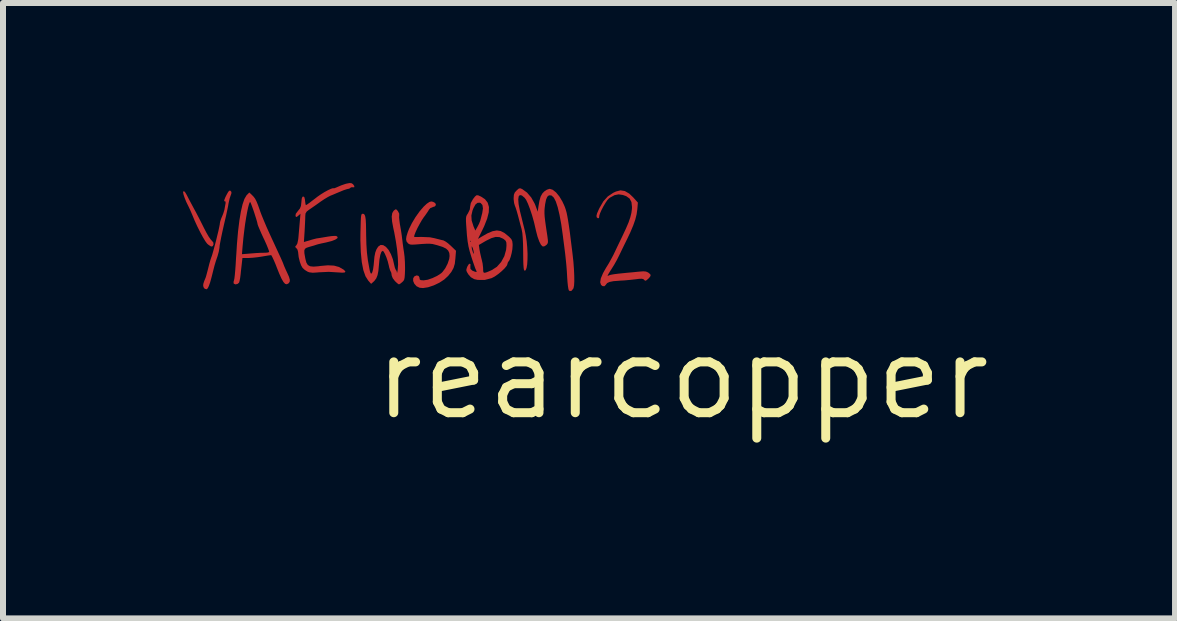
<source format=kicad_pcb>
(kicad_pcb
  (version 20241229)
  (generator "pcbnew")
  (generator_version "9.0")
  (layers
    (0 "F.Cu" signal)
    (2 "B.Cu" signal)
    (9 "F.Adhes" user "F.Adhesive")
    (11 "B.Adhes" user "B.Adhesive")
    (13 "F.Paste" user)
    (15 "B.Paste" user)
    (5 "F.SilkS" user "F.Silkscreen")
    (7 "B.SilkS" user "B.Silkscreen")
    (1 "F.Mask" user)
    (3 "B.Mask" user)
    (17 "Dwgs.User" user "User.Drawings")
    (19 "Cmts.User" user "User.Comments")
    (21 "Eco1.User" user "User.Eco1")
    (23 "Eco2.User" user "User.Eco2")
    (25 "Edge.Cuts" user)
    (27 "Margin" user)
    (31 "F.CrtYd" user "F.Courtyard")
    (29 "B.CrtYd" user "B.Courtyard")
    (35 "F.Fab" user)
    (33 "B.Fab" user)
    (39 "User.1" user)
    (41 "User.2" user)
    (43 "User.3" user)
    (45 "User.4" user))
  (footprint "rearcopper"
    (layer "F.Cu")
    (at 8.318 3.246)
    (property "Reference" "rearcopper" (at 0 0 0) (layer "F.SilkS") (effects (font (size 1.27 1.27) (thickness 0.15))))
    (attr board_only exclude_from_pos_files exclude_from_bom)
    (fp_poly (pts (xy -8.284 -3.093) (xy -8.261 -3.055) (xy -8.244 -3.023) (xy -8.22 -2.976) (xy -8.186 -2.912) (xy -8.148 -2.841) (xy -8.136 -2.819) (xy -8.097 -2.747) (xy -8.05 -2.657) (xy -8.002 -2.562) (xy -7.968 -2.494) (xy -7.929 -2.419) (xy -7.892 -2.355) (xy -7.86 -2.309) (xy -7.839 -2.286) (xy -7.839 -2.285) (xy -7.815 -2.259) (xy -7.81 -2.224) (xy -7.824 -2.196) (xy -7.841 -2.188) (xy -7.867 -2.197) (xy -7.903 -2.224) (xy -7.919 -2.239) (xy -7.949 -2.28) (xy -7.988 -2.345) (xy -8.033 -2.428) (xy -8.08 -2.522) (xy -8.125 -2.62) (xy -8.164 -2.714) (xy -8.192 -2.78) (xy -8.223 -2.847) (xy -8.233 -2.867) (xy -8.265 -2.933) (xy -8.291 -2.997) (xy -8.31 -3.053) (xy -8.318 -3.092) (xy -8.315 -3.107) (xy -8.3 -3.109)) (stroke (width 0) (type solid)) (fill yes) (layer "F.Cu"))
    (fp_poly (pts (xy -7.532 -3.119) (xy -7.526 -3.115) (xy -7.512 -3.097) (xy -7.514 -3.07) (xy -7.525 -3.04) (xy -7.543 -2.987) (xy -7.557 -2.924) (xy -7.56 -2.911) (xy -7.569 -2.857) (xy -7.584 -2.786) (xy -7.6 -2.71) (xy -7.602 -2.701) (xy -7.637 -2.552) (xy -7.664 -2.432) (xy -7.684 -2.337) (xy -7.698 -2.264) (xy -7.708 -2.209) (xy -7.712 -2.167) (xy -7.723 -2.104) (xy -7.742 -2.034) (xy -7.751 -2.007) (xy -7.772 -1.946) (xy -7.795 -1.869) (xy -7.814 -1.795) (xy -7.843 -1.679) (xy -7.867 -1.592) (xy -7.888 -1.532) (xy -7.906 -1.495) (xy -7.923 -1.478) (xy -7.928 -1.477) (xy -7.957 -1.485) (xy -7.974 -1.505) (xy -7.983 -1.532) (xy -7.981 -1.566) (xy -7.965 -1.616) (xy -7.943 -1.668) (xy -7.933 -1.7) (xy -7.918 -1.755) (xy -7.901 -1.82) (xy -7.899 -1.829) (xy -7.881 -1.9) (xy -7.862 -1.966) (xy -7.846 -2.014) (xy -7.845 -2.015) (xy -7.832 -2.054) (xy -7.814 -2.117) (xy -7.793 -2.195) (xy -7.77 -2.281) (xy -7.749 -2.369) (xy -7.729 -2.45) (xy -7.715 -2.517) (xy -7.706 -2.563) (xy -7.705 -2.577) (xy -7.698 -2.611) (xy -7.681 -2.661) (xy -7.67 -2.685) (xy -7.647 -2.743) (xy -7.63 -2.799) (xy -7.627 -2.815) (xy -7.618 -2.867) (xy -7.61 -2.908) (xy -7.61 -2.936) (xy -7.618 -2.942) (xy -7.633 -2.944) (xy -7.631 -2.965) (xy -7.614 -3.009) (xy -7.594 -3.049) (xy -7.567 -3.098) (xy -7.548 -3.119)) (stroke (width 0) (type solid)) (fill yes) (layer "F.Cu"))
    (fp_poly (pts (xy -4.152 -2.933) (xy -4.116 -2.911) (xy -4.105 -2.882) (xy -4.122 -2.858) (xy -4.153 -2.848) (xy -4.197 -2.83) (xy -4.219 -2.806) (xy -4.239 -2.773) (xy -4.272 -2.725) (xy -4.309 -2.675) (xy -4.341 -2.627) (xy -4.377 -2.564) (xy -4.413 -2.497) (xy -4.443 -2.433) (xy -4.463 -2.381) (xy -4.47 -2.352) (xy -4.455 -2.348) (xy -4.414 -2.347) (xy -4.358 -2.349) (xy -4.356 -2.349) (xy -4.207 -2.343) (xy -4.132 -2.328) (xy -4.068 -2.312) (xy -4.013 -2.298) (xy -3.981 -2.291) (xy -3.948 -2.274) (xy -3.902 -2.241) (xy -3.856 -2.2) (xy -3.771 -2.118) (xy -3.781 -1.992) (xy -3.791 -1.902) (xy -3.812 -1.832) (xy -3.847 -1.768) (xy -3.901 -1.7) (xy -3.967 -1.639) (xy -4.05 -1.585) (xy -4.143 -1.541) (xy -4.236 -1.51) (xy -4.32 -1.497) (xy -4.377 -1.502) (xy -4.428 -1.527) (xy -4.465 -1.568) (xy -4.485 -1.615) (xy -4.484 -1.661) (xy -4.463 -1.693) (xy -4.426 -1.708) (xy -4.394 -1.699) (xy -4.379 -1.67) (xy -4.379 -1.663) (xy -4.375 -1.64) (xy -4.358 -1.629) (xy -4.317 -1.626) (xy -4.306 -1.626) (xy -4.241 -1.636) (xy -4.163 -1.663) (xy -4.085 -1.7) (xy -4.019 -1.743) (xy -3.996 -1.765) (xy -3.949 -1.828) (xy -3.91 -1.905) (xy -3.884 -1.982) (xy -3.878 -2.032) (xy -3.883 -2.082) (xy -3.902 -2.122) (xy -3.938 -2.155) (xy -3.996 -2.183) (xy -4.081 -2.21) (xy -4.162 -2.231) (xy -4.203 -2.235) (xy -4.268 -2.235) (xy -4.343 -2.231) (xy -4.378 -2.228) (xy -4.454 -2.222) (xy -4.504 -2.22) (xy -4.536 -2.223) (xy -4.558 -2.233) (xy -4.572 -2.244) (xy -4.595 -2.273) (xy -4.603 -2.31) (xy -4.596 -2.36) (xy -4.574 -2.43) (xy -4.552 -2.485) (xy -4.505 -2.58) (xy -4.445 -2.68) (xy -4.378 -2.774) (xy -4.31 -2.853) (xy -4.259 -2.901) (xy -4.216 -2.931) (xy -4.183 -2.94)) (stroke (width 0) (type solid)) (fill yes) (layer "F.Cu"))
    (fp_poly (pts (xy -0.958 -3.113) (xy -0.884 -3.07) (xy -0.818 -3.007) (xy -0.741 -2.921) (xy -0.75 -2.811) (xy -0.762 -2.726) (xy -0.784 -2.638) (xy -0.818 -2.541) (xy -0.866 -2.427) (xy -0.921 -2.311) (xy -0.962 -2.228) (xy -1.002 -2.146) (xy -1.036 -2.075) (xy -1.057 -2.032) (xy -1.092 -1.963) (xy -1.134 -1.888) (xy -1.16 -1.846) (xy -1.204 -1.777) (xy -1.231 -1.733) (xy -1.244 -1.708) (xy -1.245 -1.7) (xy -1.235 -1.702) (xy -1.222 -1.709) (xy -1.192 -1.718) (xy -1.136 -1.728) (xy -1.064 -1.737) (xy -1.005 -1.743) (xy -0.916 -1.752) (xy -0.826 -1.76) (xy -0.749 -1.768) (xy -0.716 -1.771) (xy -0.65 -1.776) (xy -0.606 -1.772) (xy -0.571 -1.757) (xy -0.568 -1.755) (xy -0.534 -1.727) (xy -0.529 -1.701) (xy -0.552 -1.668) (xy -0.571 -1.649) (xy -0.603 -1.623) (xy -0.621 -1.619) (xy -0.636 -1.633) (xy -0.651 -1.646) (xy -0.676 -1.652) (xy -0.718 -1.651) (xy -0.781 -1.643) (xy -0.862 -1.634) (xy -0.957 -1.625) (xy -1.046 -1.62) (xy -1.052 -1.619) (xy -1.146 -1.612) (xy -1.212 -1.599) (xy -1.253 -1.58) (xy -1.275 -1.552) (xy -1.276 -1.55) (xy -1.299 -1.527) (xy -1.331 -1.53) (xy -1.355 -1.55) (xy -1.369 -1.594) (xy -1.358 -1.659) (xy -1.321 -1.747) (xy -1.271 -1.835) (xy -1.226 -1.908) (xy -1.184 -1.984) (xy -1.149 -2.049) (xy -1.141 -2.066) (xy -1.116 -2.118) (xy -1.082 -2.19) (xy -1.041 -2.275) (xy -1 -2.36) (xy -0.999 -2.362) (xy -0.94 -2.488) (xy -0.896 -2.591) (xy -0.867 -2.676) (xy -0.849 -2.749) (xy -0.84 -2.817) (xy -0.839 -2.848) (xy -0.848 -2.929) (xy -0.879 -2.988) (xy -0.935 -3.028) (xy -0.992 -3.048) (xy -1.062 -3.058) (xy -1.129 -3.045) (xy -1.203 -3.005) (xy -1.222 -2.991) (xy -1.249 -2.963) (xy -1.282 -2.914) (xy -1.317 -2.855) (xy -1.349 -2.793) (xy -1.373 -2.738) (xy -1.385 -2.698) (xy -1.385 -2.687) (xy -1.389 -2.663) (xy -1.408 -2.66) (xy -1.427 -2.676) (xy -1.431 -2.7) (xy -1.421 -2.741) (xy -1.394 -2.803) (xy -1.379 -2.834) (xy -1.316 -2.942) (xy -1.242 -3.024) (xy -1.15 -3.085) (xy -1.107 -3.105) (xy -1.031 -3.125)) (stroke (width 0) (type solid)) (fill yes) (layer "F.Cu"))
    (fp_poly (pts (xy -7.17 -3.047) (xy -7.141 -3.017) (xy -7.117 -2.984) (xy -7.094 -2.939) (xy -7.069 -2.878) (xy -7.039 -2.793) (xy -7.031 -2.769) (xy -7.007 -2.706) (xy -6.972 -2.621) (xy -6.929 -2.519) (xy -6.88 -2.41) (xy -6.829 -2.299) (xy -6.819 -2.278) (xy -6.772 -2.176) (xy -6.729 -2.083) (xy -6.692 -2.003) (xy -6.665 -1.942) (xy -6.649 -1.904) (xy -6.647 -1.897) (xy -6.632 -1.859) (xy -6.608 -1.804) (xy -6.585 -1.755) (xy -6.553 -1.684) (xy -6.539 -1.634) (xy -6.542 -1.6) (xy -6.562 -1.574) (xy -6.563 -1.574) (xy -6.59 -1.56) (xy -6.618 -1.567) (xy -6.646 -1.598) (xy -6.679 -1.655) (xy -6.717 -1.74) (xy -6.749 -1.82) (xy -6.777 -1.892) (xy -6.805 -1.958) (xy -6.83 -2.011) (xy -6.847 -2.042) (xy -6.849 -2.044) (xy -6.866 -2.044) (xy -6.908 -2.038) (xy -6.968 -2.028) (xy -6.995 -2.023) (xy -7.076 -2.011) (xy -7.158 -2.002) (xy -7.226 -1.998) (xy -7.233 -1.998) (xy -7.329 -1.998) (xy -7.338 -1.918) (xy -7.345 -1.855) (xy -7.354 -1.779) (xy -7.359 -1.727) (xy -7.367 -1.665) (xy -7.377 -1.614) (xy -7.385 -1.587) (xy -7.412 -1.565) (xy -7.446 -1.558) (xy -7.474 -1.571) (xy -7.475 -1.574) (xy -7.477 -1.6) (xy -7.469 -1.629) (xy -7.463 -1.657) (xy -7.456 -1.714) (xy -7.449 -1.792) (xy -7.442 -1.887) (xy -7.436 -1.992) (xy -7.435 -2.007) (xy -7.431 -2.061) (xy -7.337 -2.061) (xy -7.178 -2.074) (xy -7.1 -2.08) (xy -7.027 -2.084) (xy -6.971 -2.085) (xy -6.956 -2.085) (xy -6.913 -2.088) (xy -6.886 -2.096) (xy -6.884 -2.098) (xy -6.888 -2.118) (xy -6.904 -2.162) (xy -6.93 -2.225) (xy -6.964 -2.301) (xy -6.977 -2.327) (xy -7.014 -2.407) (xy -7.044 -2.477) (xy -7.067 -2.531) (xy -7.077 -2.562) (xy -7.078 -2.567) (xy -7.083 -2.592) (xy -7.097 -2.641) (xy -7.117 -2.704) (xy -7.139 -2.773) (xy -7.162 -2.838) (xy -7.182 -2.892) (xy -7.196 -2.926) (xy -7.197 -2.928) (xy -7.207 -2.927) (xy -7.219 -2.897) (xy -7.234 -2.842) (xy -7.25 -2.766) (xy -7.267 -2.673) (xy -7.284 -2.567) (xy -7.299 -2.452) (xy -7.313 -2.334) (xy -7.324 -2.216) (xy -7.327 -2.186) (xy -7.337 -2.061) (xy -7.431 -2.061) (xy -7.42 -2.237) (xy -7.402 -2.443) (xy -7.38 -2.621) (xy -7.355 -2.771) (xy -7.327 -2.892) (xy -7.296 -2.982) (xy -7.262 -3.04) (xy -7.256 -3.047) (xy -7.215 -3.089)) (stroke (width 0) (type solid)) (fill yes) (layer "F.Cu"))
    (fp_poly (pts (xy -4.763 -2.806) (xy -4.739 -2.779) (xy -4.717 -2.737) (xy -4.717 -2.707) (xy -4.719 -2.676) (xy -4.714 -2.622) (xy -4.705 -2.555) (xy -4.701 -2.535) (xy -4.687 -2.455) (xy -4.675 -2.374) (xy -4.667 -2.308) (xy -4.666 -2.303) (xy -4.658 -2.235) (xy -4.647 -2.154) (xy -4.637 -2.091) (xy -4.628 -2.019) (xy -4.622 -1.929) (xy -4.62 -1.836) (xy -4.62 -1.803) (xy -4.623 -1.725) (xy -4.627 -1.673) (xy -4.634 -1.639) (xy -4.646 -1.617) (xy -4.666 -1.597) (xy -4.667 -1.596) (xy -4.699 -1.57) (xy -4.721 -1.558) (xy -4.722 -1.558) (xy -4.74 -1.569) (xy -4.772 -1.597) (xy -4.789 -1.614) (xy -4.825 -1.661) (xy -4.842 -1.704) (xy -4.843 -1.712) (xy -4.849 -1.751) (xy -4.858 -1.77) (xy -4.87 -1.795) (xy -4.884 -1.841) (xy -4.892 -1.878) (xy -4.909 -1.945) (xy -4.931 -2.01) (xy -4.955 -2.065) (xy -4.976 -2.104) (xy -4.992 -2.117) (xy -5.014 -2.1) (xy -5.032 -2.05) (xy -5.047 -1.968) (xy -5.055 -1.88) (xy -5.064 -1.783) (xy -5.078 -1.712) (xy -5.099 -1.659) (xy -5.13 -1.617) (xy -5.148 -1.6) (xy -5.185 -1.567) (xy -5.233 -1.621) (xy -5.279 -1.693) (xy -5.315 -1.796) (xy -5.341 -1.93) (xy -5.357 -2.095) (xy -5.364 -2.292) (xy -5.363 -2.416) (xy -5.36 -2.527) (xy -5.358 -2.609) (xy -5.355 -2.666) (xy -5.351 -2.703) (xy -5.345 -2.724) (xy -5.336 -2.733) (xy -5.325 -2.735) (xy -5.325 -2.735) (xy -5.306 -2.731) (xy -5.292 -2.715) (xy -5.282 -2.685) (xy -5.275 -2.635) (xy -5.271 -2.563) (xy -5.269 -2.463) (xy -5.268 -2.379) (xy -5.264 -2.225) (xy -5.255 -2.09) (xy -5.239 -1.96) (xy -5.214 -1.821) (xy -5.206 -1.781) (xy -5.193 -1.743) (xy -5.179 -1.737) (xy -5.166 -1.759) (xy -5.153 -1.806) (xy -5.143 -1.877) (xy -5.139 -1.922) (xy -5.13 -2.018) (xy -5.116 -2.089) (xy -5.096 -2.142) (xy -5.068 -2.186) (xy -5.065 -2.189) (xy -5.027 -2.215) (xy -4.984 -2.212) (xy -4.938 -2.183) (xy -4.894 -2.132) (xy -4.855 -2.061) (xy -4.822 -1.975) (xy -4.801 -1.884) (xy -4.79 -1.838) (xy -4.778 -1.807) (xy -4.774 -1.802) (xy -4.76 -1.78) (xy -4.756 -1.756) (xy -4.753 -1.749) (xy -4.747 -1.772) (xy -4.742 -1.803) (xy -4.736 -1.89) (xy -4.74 -2.002) (xy -4.752 -2.133) (xy -4.773 -2.276) (xy -4.8 -2.425) (xy -4.816 -2.498) (xy -4.836 -2.606) (xy -4.842 -2.688) (xy -4.833 -2.746) (xy -4.81 -2.785) (xy -4.807 -2.787) (xy -4.781 -2.808)) (stroke (width 0) (type solid)) (fill yes) (layer "F.Cu"))
    (fp_poly (pts (xy -2.675 -3.149) (xy -2.665 -3.144) (xy -2.587 -3.087) (xy -2.517 -3.005) (xy -2.462 -2.907) (xy -2.45 -2.879) (xy -2.409 -2.769) (xy -2.398 -2.853) (xy -2.381 -2.951) (xy -2.361 -3.021) (xy -2.333 -3.072) (xy -2.301 -3.106) (xy -2.258 -3.135) (xy -2.216 -3.149) (xy -2.209 -3.15) (xy -2.159 -3.134) (xy -2.104 -3.09) (xy -2.049 -3.023) (xy -1.997 -2.936) (xy -1.992 -2.924) (xy -1.973 -2.884) (xy -1.956 -2.844) (xy -1.942 -2.802) (xy -1.928 -2.752) (xy -1.916 -2.693) (xy -1.903 -2.619) (xy -1.889 -2.528) (xy -1.873 -2.415) (xy -1.856 -2.277) (xy -1.835 -2.11) (xy -1.829 -2.06) (xy -1.815 -1.934) (xy -1.806 -1.813) (xy -1.801 -1.703) (xy -1.8 -1.611) (xy -1.804 -1.54) (xy -1.813 -1.496) (xy -1.815 -1.491) (xy -1.845 -1.452) (xy -1.874 -1.446) (xy -1.892 -1.46) (xy -1.899 -1.485) (xy -1.907 -1.536) (xy -1.914 -1.605) (xy -1.919 -1.679) (xy -1.923 -1.753) (xy -1.928 -1.823) (xy -1.934 -1.895) (xy -1.942 -1.973) (xy -1.952 -2.066) (xy -1.966 -2.177) (xy -1.984 -2.314) (xy -1.991 -2.371) (xy -2.018 -2.562) (xy -2.047 -2.719) (xy -2.077 -2.845) (xy -2.108 -2.939) (xy -2.141 -3.003) (xy -2.176 -3.036) (xy -2.185 -3.04) (xy -2.222 -3.042) (xy -2.25 -3.019) (xy -2.271 -2.969) (xy -2.287 -2.889) (xy -2.288 -2.877) (xy -2.294 -2.83) (xy -2.297 -2.787) (xy -2.297 -2.74) (xy -2.294 -2.686) (xy -2.286 -2.618) (xy -2.274 -2.529) (xy -2.257 -2.416) (xy -2.249 -2.365) (xy -2.241 -2.302) (xy -2.239 -2.263) (xy -2.246 -2.238) (xy -2.262 -2.217) (xy -2.266 -2.214) (xy -2.302 -2.191) (xy -2.327 -2.19) (xy -2.355 -2.217) (xy -2.384 -2.273) (xy -2.413 -2.354) (xy -2.44 -2.458) (xy -2.445 -2.481) (xy -2.472 -2.597) (xy -2.504 -2.71) (xy -2.538 -2.813) (xy -2.572 -2.901) (xy -2.603 -2.967) (xy -2.628 -3.001) (xy -2.673 -3.039) (xy -2.707 -3.046) (xy -2.727 -3.024) (xy -2.734 -2.973) (xy -2.728 -2.895) (xy -2.708 -2.79) (xy -2.703 -2.769) (xy -2.68 -2.677) (xy -2.656 -2.579) (xy -2.634 -2.491) (xy -2.627 -2.464) (xy -2.608 -2.372) (xy -2.593 -2.272) (xy -2.584 -2.169) (xy -2.579 -2.068) (xy -2.58 -1.974) (xy -2.585 -1.894) (xy -2.595 -1.833) (xy -2.61 -1.795) (xy -2.625 -1.786) (xy -2.634 -1.791) (xy -2.641 -1.809) (xy -2.645 -1.843) (xy -2.649 -1.899) (xy -2.651 -1.979) (xy -2.652 -2.09) (xy -2.652 -2.091) (xy -2.654 -2.226) (xy -2.659 -2.332) (xy -2.666 -2.413) (xy -2.677 -2.473) (xy -2.681 -2.489) (xy -2.699 -2.554) (xy -2.72 -2.635) (xy -2.74 -2.711) (xy -2.759 -2.778) (xy -2.777 -2.835) (xy -2.791 -2.872) (xy -2.792 -2.875) (xy -2.803 -2.913) (xy -2.81 -2.968) (xy -2.811 -2.993) (xy -2.807 -3.05) (xy -2.792 -3.089) (xy -2.762 -3.122) (xy -2.729 -3.152) (xy -2.704 -3.16)) (stroke (width 0) (type solid)) (fill yes) (layer "F.Cu"))
    (fp_poly (pts (xy -5.516 -3.245) (xy -5.492 -3.231) (xy -5.486 -3.226) (xy -5.465 -3.197) (xy -5.466 -3.177) (xy -5.488 -3.175) (xy -5.494 -3.177) (xy -5.521 -3.175) (xy -5.528 -3.168) (xy -5.553 -3.151) (xy -5.566 -3.15) (xy -5.594 -3.143) (xy -5.643 -3.127) (xy -5.696 -3.105) (xy -5.761 -3.078) (xy -5.824 -3.051) (xy -5.862 -3.036) (xy -5.905 -3.014) (xy -5.965 -2.978) (xy -6.028 -2.936) (xy -6.04 -2.927) (xy -6.103 -2.882) (xy -6.165 -2.839) (xy -6.213 -2.806) (xy -6.219 -2.802) (xy -6.259 -2.771) (xy -6.278 -2.74) (xy -6.282 -2.696) (xy -6.282 -2.695) (xy -6.283 -2.651) (xy -6.286 -2.583) (xy -6.29 -2.503) (xy -6.293 -2.447) (xy -6.305 -2.264) (xy -6.264 -2.276) (xy -6.184 -2.3) (xy -6.129 -2.315) (xy -6.092 -2.324) (xy -6.071 -2.327) (xy -6.038 -2.332) (xy -5.983 -2.341) (xy -5.918 -2.352) (xy -5.913 -2.353) (xy -5.85 -2.362) (xy -5.797 -2.366) (xy -5.767 -2.365) (xy -5.765 -2.364) (xy -5.742 -2.347) (xy -5.749 -2.326) (xy -5.784 -2.303) (xy -5.844 -2.28) (xy -5.926 -2.259) (xy -5.952 -2.253) (xy -6.015 -2.24) (xy -6.069 -2.227) (xy -6.096 -2.219) (xy -6.138 -2.205) (xy -6.195 -2.189) (xy -6.219 -2.182) (xy -6.261 -2.168) (xy -6.287 -2.151) (xy -6.298 -2.123) (xy -6.297 -2.078) (xy -6.285 -2.009) (xy -6.279 -1.978) (xy -6.263 -1.919) (xy -6.239 -1.881) (xy -6.202 -1.86) (xy -6.146 -1.854) (xy -6.064 -1.86) (xy -6.031 -1.865) (xy -5.906 -1.876) (xy -5.804 -1.871) (xy -5.72 -1.848) (xy -5.647 -1.806) (xy -5.635 -1.797) (xy -5.613 -1.772) (xy -5.624 -1.757) (xy -5.665 -1.753) (xy -5.711 -1.756) (xy -5.891 -1.767) (xy -6.062 -1.759) (xy -6.079 -1.757) (xy -6.158 -1.752) (xy -6.214 -1.759) (xy -6.24 -1.768) (xy -6.289 -1.798) (xy -6.326 -1.831) (xy -6.351 -1.874) (xy -6.374 -1.938) (xy -6.392 -2.012) (xy -6.4 -2.081) (xy -6.401 -2.095) (xy -6.412 -2.137) (xy -6.43 -2.161) (xy -6.45 -2.181) (xy -6.443 -2.198) (xy -6.433 -2.206) (xy -6.414 -2.24) (xy -6.4 -2.307) (xy -6.396 -2.345) (xy -6.389 -2.425) (xy -6.381 -2.518) (xy -6.374 -2.599) (xy -6.362 -2.735) (xy -6.398 -2.703) (xy -6.424 -2.682) (xy -6.438 -2.684) (xy -6.445 -2.7) (xy -6.44 -2.735) (xy -6.404 -2.782) (xy -6.404 -2.782) (xy -6.371 -2.823) (xy -6.354 -2.865) (xy -6.347 -2.926) (xy -6.347 -2.929) (xy -6.341 -2.987) (xy -6.33 -3.016) (xy -6.316 -3.023) (xy -6.297 -3.01) (xy -6.287 -2.968) (xy -6.286 -2.951) (xy -6.28 -2.907) (xy -6.274 -2.881) (xy -6.271 -2.879) (xy -6.253 -2.888) (xy -6.221 -2.911) (xy -6.217 -2.913) (xy -6.18 -2.942) (xy -6.128 -2.981) (xy -6.079 -3.019) (xy -6.023 -3.058) (xy -5.962 -3.096) (xy -5.903 -3.128) (xy -5.853 -3.151) (xy -5.82 -3.161) (xy -5.812 -3.159) (xy -5.793 -3.161) (xy -5.757 -3.176) (xy -5.741 -3.183) (xy -5.683 -3.208) (xy -5.616 -3.231) (xy -5.598 -3.236) (xy -5.548 -3.246)) (stroke (width 0) (type solid)) (fill yes) (layer "F.Cu"))
    (fp_poly (pts (xy -3.402 -3.042) (xy -3.362 -3.024) (xy -3.356 -3.022) (xy -3.287 -2.976) (xy -3.243 -2.919) (xy -3.222 -2.847) (xy -3.225 -2.76) (xy -3.252 -2.653) (xy -3.302 -2.526) (xy -3.339 -2.449) (xy -3.405 -2.316) (xy -3.349 -2.35) (xy -3.246 -2.409) (xy -3.162 -2.444) (xy -3.091 -2.457) (xy -3.026 -2.447) (xy -2.963 -2.414) (xy -2.894 -2.358) (xy -2.883 -2.348) (xy -2.85 -2.313) (xy -2.834 -2.279) (xy -2.828 -2.231) (xy -2.828 -2.205) (xy -2.832 -2.145) (xy -2.844 -2.078) (xy -2.861 -2.014) (xy -2.879 -1.964) (xy -2.897 -1.938) (xy -2.898 -1.938) (xy -2.911 -1.915) (xy -2.913 -1.899) (xy -2.926 -1.868) (xy -2.961 -1.825) (xy -3.011 -1.777) (xy -3.069 -1.729) (xy -3.128 -1.688) (xy -3.178 -1.662) (xy -3.293 -1.632) (xy -3.411 -1.633) (xy -3.467 -1.645) (xy -3.523 -1.677) (xy -3.566 -1.726) (xy -3.591 -1.768) (xy -3.6 -1.797) (xy -3.592 -1.829) (xy -3.583 -1.854) (xy -3.561 -1.891) (xy -3.54 -1.904) (xy -3.529 -1.892) (xy -3.532 -1.856) (xy -3.53 -1.816) (xy -3.499 -1.787) (xy -3.457 -1.77) (xy -3.43 -1.764) (xy -3.428 -1.776) (xy -3.436 -1.793) (xy -3.449 -1.822) (xy -3.468 -1.876) (xy -3.492 -1.946) (xy -3.516 -2.019) (xy -3.544 -2.112) (xy -3.562 -2.186) (xy -3.51 -2.186) (xy -3.507 -2.156) (xy -3.502 -2.136) (xy -3.488 -2.089) (xy -3.478 -2.068) (xy -3.474 -2.075) (xy -3.478 -2.112) (xy -3.48 -2.121) (xy -3.492 -2.163) (xy -3.505 -2.19) (xy -3.506 -2.191) (xy -3.51 -2.186) (xy -3.562 -2.186) (xy -3.564 -2.194) (xy -3.567 -2.215) (xy -3.39 -2.215) (xy -3.379 -2.136) (xy -3.366 -2.069) (xy -3.349 -1.996) (xy -3.343 -1.974) (xy -3.328 -1.907) (xy -3.32 -1.838) (xy -3.319 -1.816) (xy -3.318 -1.778) (xy -3.311 -1.756) (xy -3.293 -1.751) (xy -3.257 -1.761) (xy -3.198 -1.786) (xy -3.174 -1.797) (xy -3.09 -1.851) (xy -3.019 -1.931) (xy -2.966 -2.028) (xy -2.936 -2.135) (xy -2.93 -2.204) (xy -2.932 -2.255) (xy -2.945 -2.286) (xy -2.974 -2.311) (xy -2.99 -2.321) (xy -3.048 -2.346) (xy -3.111 -2.349) (xy -3.183 -2.328) (xy -3.272 -2.284) (xy -3.282 -2.278) (xy -3.39 -2.215) (xy -3.567 -2.215) (xy -3.578 -2.278) (xy -3.539 -2.278) (xy -3.531 -2.269) (xy -3.522 -2.278) (xy -3.531 -2.286) (xy -3.539 -2.278) (xy -3.578 -2.278) (xy -3.578 -2.279) (xy -3.589 -2.378) (xy -3.594 -2.449) (xy -3.601 -2.543) (xy -3.605 -2.61) (xy -3.605 -2.656) (xy -3.601 -2.687) (xy -3.594 -2.705) (xy -3.515 -2.705) (xy -3.51 -2.622) (xy -3.48 -2.527) (xy -3.477 -2.519) (xy -3.449 -2.455) (xy -3.412 -2.52) (xy -3.386 -2.571) (xy -3.368 -2.616) (xy -3.365 -2.626) (xy -3.354 -2.668) (xy -3.34 -2.724) (xy -3.334 -2.745) (xy -3.322 -2.824) (xy -3.331 -2.881) (xy -3.361 -2.914) (xy -3.374 -2.919) (xy -3.412 -2.917) (xy -3.447 -2.889) (xy -3.479 -2.831) (xy -3.496 -2.789) (xy -3.515 -2.705) (xy -3.594 -2.705) (xy -3.593 -2.709) (xy -3.58 -2.73) (xy -3.573 -2.74) (xy -3.541 -2.806) (xy -3.536 -2.851) (xy -3.524 -2.914) (xy -3.488 -2.979) (xy -3.454 -3.023) (xy -3.429 -3.043)) (stroke (width 0) (type solid)) (fill yes) (layer "F.Cu"))
    (fp_poly (pts (xy -8.284 -3.093) (xy -8.261 -3.055) (xy -8.244 -3.023) (xy -8.22 -2.976) (xy -8.186 -2.912) (xy -8.148 -2.841) (xy -8.136 -2.819) (xy -8.097 -2.747) (xy -8.05 -2.657) (xy -8.002 -2.562) (xy -7.968 -2.494) (xy -7.929 -2.419) (xy -7.892 -2.355) (xy -7.86 -2.309) (xy -7.839 -2.286) (xy -7.839 -2.285) (xy -7.815 -2.259) (xy -7.81 -2.224) (xy -7.824 -2.196) (xy -7.841 -2.188) (xy -7.867 -2.197) (xy -7.903 -2.224) (xy -7.919 -2.239) (xy -7.949 -2.28) (xy -7.988 -2.345) (xy -8.033 -2.428) (xy -8.08 -2.522) (xy -8.125 -2.62) (xy -8.164 -2.714) (xy -8.192 -2.78) (xy -8.223 -2.847) (xy -8.233 -2.867) (xy -8.265 -2.933) (xy -8.291 -2.997) (xy -8.31 -3.053) (xy -8.318 -3.092) (xy -8.315 -3.107) (xy -8.3 -3.109)) (stroke (width 0) (type solid)) (fill yes) (layer "F.Mask"))
    (fp_poly (pts (xy -7.532 -3.119) (xy -7.526 -3.115) (xy -7.512 -3.097) (xy -7.514 -3.07) (xy -7.525 -3.04) (xy -7.543 -2.987) (xy -7.557 -2.924) (xy -7.56 -2.911) (xy -7.569 -2.857) (xy -7.584 -2.786) (xy -7.6 -2.71) (xy -7.602 -2.701) (xy -7.637 -2.552) (xy -7.664 -2.432) (xy -7.684 -2.337) (xy -7.698 -2.264) (xy -7.708 -2.209) (xy -7.712 -2.167) (xy -7.723 -2.104) (xy -7.742 -2.034) (xy -7.751 -2.007) (xy -7.772 -1.946) (xy -7.795 -1.869) (xy -7.814 -1.795) (xy -7.843 -1.679) (xy -7.867 -1.592) (xy -7.888 -1.532) (xy -7.906 -1.495) (xy -7.923 -1.478) (xy -7.928 -1.477) (xy -7.957 -1.485) (xy -7.974 -1.505) (xy -7.983 -1.532) (xy -7.981 -1.566) (xy -7.965 -1.616) (xy -7.943 -1.668) (xy -7.933 -1.7) (xy -7.918 -1.755) (xy -7.901 -1.82) (xy -7.899 -1.829) (xy -7.881 -1.9) (xy -7.862 -1.966) (xy -7.846 -2.014) (xy -7.845 -2.015) (xy -7.832 -2.054) (xy -7.814 -2.117) (xy -7.793 -2.195) (xy -7.77 -2.281) (xy -7.749 -2.369) (xy -7.729 -2.45) (xy -7.715 -2.517) (xy -7.706 -2.563) (xy -7.705 -2.577) (xy -7.698 -2.611) (xy -7.681 -2.661) (xy -7.67 -2.685) (xy -7.647 -2.743) (xy -7.63 -2.799) (xy -7.627 -2.815) (xy -7.618 -2.867) (xy -7.61 -2.908) (xy -7.61 -2.936) (xy -7.618 -2.942) (xy -7.633 -2.944) (xy -7.631 -2.965) (xy -7.614 -3.009) (xy -7.594 -3.049) (xy -7.567 -3.098) (xy -7.548 -3.119)) (stroke (width 0) (type solid)) (fill yes) (layer "F.Mask"))
    (fp_poly (pts (xy -4.152 -2.933) (xy -4.116 -2.911) (xy -4.105 -2.882) (xy -4.122 -2.858) (xy -4.153 -2.848) (xy -4.197 -2.83) (xy -4.219 -2.806) (xy -4.239 -2.773) (xy -4.272 -2.725) (xy -4.309 -2.675) (xy -4.341 -2.627) (xy -4.377 -2.564) (xy -4.413 -2.497) (xy -4.443 -2.433) (xy -4.463 -2.381) (xy -4.47 -2.352) (xy -4.455 -2.348) (xy -4.414 -2.347) (xy -4.358 -2.349) (xy -4.356 -2.349) (xy -4.207 -2.343) (xy -4.132 -2.328) (xy -4.068 -2.312) (xy -4.013 -2.298) (xy -3.981 -2.291) (xy -3.948 -2.274) (xy -3.902 -2.241) (xy -3.856 -2.2) (xy -3.771 -2.118) (xy -3.781 -1.992) (xy -3.791 -1.902) (xy -3.812 -1.832) (xy -3.847 -1.768) (xy -3.901 -1.7) (xy -3.967 -1.639) (xy -4.05 -1.585) (xy -4.143 -1.541) (xy -4.236 -1.51) (xy -4.32 -1.497) (xy -4.377 -1.502) (xy -4.428 -1.527) (xy -4.465 -1.568) (xy -4.485 -1.615) (xy -4.484 -1.661) (xy -4.463 -1.693) (xy -4.426 -1.708) (xy -4.394 -1.699) (xy -4.379 -1.67) (xy -4.379 -1.663) (xy -4.375 -1.64) (xy -4.358 -1.629) (xy -4.317 -1.626) (xy -4.306 -1.626) (xy -4.241 -1.636) (xy -4.163 -1.663) (xy -4.085 -1.7) (xy -4.019 -1.743) (xy -3.996 -1.765) (xy -3.949 -1.828) (xy -3.91 -1.905) (xy -3.884 -1.982) (xy -3.878 -2.032) (xy -3.883 -2.082) (xy -3.902 -2.122) (xy -3.938 -2.155) (xy -3.996 -2.183) (xy -4.081 -2.21) (xy -4.162 -2.231) (xy -4.203 -2.235) (xy -4.268 -2.235) (xy -4.343 -2.231) (xy -4.378 -2.228) (xy -4.454 -2.222) (xy -4.504 -2.22) (xy -4.536 -2.223) (xy -4.558 -2.233) (xy -4.572 -2.244) (xy -4.595 -2.273) (xy -4.603 -2.31) (xy -4.596 -2.36) (xy -4.574 -2.43) (xy -4.552 -2.485) (xy -4.505 -2.58) (xy -4.445 -2.68) (xy -4.378 -2.774) (xy -4.31 -2.853) (xy -4.259 -2.901) (xy -4.216 -2.931) (xy -4.183 -2.94)) (stroke (width 0) (type solid)) (fill yes) (layer "F.Mask"))
    (fp_poly (pts (xy -0.958 -3.113) (xy -0.884 -3.07) (xy -0.818 -3.007) (xy -0.741 -2.921) (xy -0.75 -2.811) (xy -0.762 -2.726) (xy -0.784 -2.638) (xy -0.818 -2.541) (xy -0.866 -2.427) (xy -0.921 -2.311) (xy -0.962 -2.228) (xy -1.002 -2.146) (xy -1.036 -2.075) (xy -1.057 -2.032) (xy -1.092 -1.963) (xy -1.134 -1.888) (xy -1.16 -1.846) (xy -1.204 -1.777) (xy -1.231 -1.733) (xy -1.244 -1.708) (xy -1.245 -1.7) (xy -1.235 -1.702) (xy -1.222 -1.709) (xy -1.192 -1.718) (xy -1.136 -1.728) (xy -1.064 -1.737) (xy -1.005 -1.743) (xy -0.916 -1.752) (xy -0.826 -1.76) (xy -0.749 -1.768) (xy -0.716 -1.771) (xy -0.65 -1.776) (xy -0.606 -1.772) (xy -0.571 -1.757) (xy -0.568 -1.755) (xy -0.534 -1.727) (xy -0.529 -1.701) (xy -0.552 -1.668) (xy -0.571 -1.649) (xy -0.603 -1.623) (xy -0.621 -1.619) (xy -0.636 -1.633) (xy -0.651 -1.646) (xy -0.676 -1.652) (xy -0.718 -1.651) (xy -0.781 -1.643) (xy -0.862 -1.634) (xy -0.957 -1.625) (xy -1.046 -1.62) (xy -1.052 -1.619) (xy -1.146 -1.612) (xy -1.212 -1.599) (xy -1.253 -1.58) (xy -1.275 -1.552) (xy -1.276 -1.55) (xy -1.299 -1.527) (xy -1.331 -1.53) (xy -1.355 -1.55) (xy -1.369 -1.594) (xy -1.358 -1.659) (xy -1.321 -1.747) (xy -1.271 -1.835) (xy -1.226 -1.908) (xy -1.184 -1.984) (xy -1.149 -2.049) (xy -1.141 -2.066) (xy -1.116 -2.118) (xy -1.082 -2.19) (xy -1.041 -2.275) (xy -1 -2.36) (xy -0.999 -2.362) (xy -0.94 -2.488) (xy -0.896 -2.591) (xy -0.867 -2.676) (xy -0.849 -2.749) (xy -0.84 -2.817) (xy -0.839 -2.848) (xy -0.848 -2.929) (xy -0.879 -2.988) (xy -0.935 -3.028) (xy -0.992 -3.048) (xy -1.062 -3.058) (xy -1.129 -3.045) (xy -1.203 -3.005) (xy -1.222 -2.991) (xy -1.249 -2.963) (xy -1.282 -2.914) (xy -1.317 -2.855) (xy -1.349 -2.793) (xy -1.373 -2.738) (xy -1.385 -2.698) (xy -1.385 -2.687) (xy -1.389 -2.663) (xy -1.408 -2.66) (xy -1.427 -2.676) (xy -1.431 -2.7) (xy -1.421 -2.741) (xy -1.394 -2.803) (xy -1.379 -2.834) (xy -1.316 -2.942) (xy -1.242 -3.024) (xy -1.15 -3.085) (xy -1.107 -3.105) (xy -1.031 -3.125)) (stroke (width 0) (type solid)) (fill yes) (layer "F.Mask"))
    (fp_poly (pts (xy -7.17 -3.047) (xy -7.141 -3.017) (xy -7.117 -2.984) (xy -7.094 -2.939) (xy -7.069 -2.878) (xy -7.039 -2.793) (xy -7.031 -2.769) (xy -7.007 -2.706) (xy -6.972 -2.621) (xy -6.929 -2.519) (xy -6.88 -2.41) (xy -6.829 -2.299) (xy -6.819 -2.278) (xy -6.772 -2.176) (xy -6.729 -2.083) (xy -6.692 -2.003) (xy -6.665 -1.942) (xy -6.649 -1.904) (xy -6.647 -1.897) (xy -6.632 -1.859) (xy -6.608 -1.804) (xy -6.585 -1.755) (xy -6.553 -1.684) (xy -6.539 -1.634) (xy -6.542 -1.6) (xy -6.562 -1.574) (xy -6.563 -1.574) (xy -6.59 -1.56) (xy -6.618 -1.567) (xy -6.646 -1.598) (xy -6.679 -1.655) (xy -6.717 -1.74) (xy -6.749 -1.82) (xy -6.777 -1.892) (xy -6.805 -1.958) (xy -6.83 -2.011) (xy -6.847 -2.042) (xy -6.849 -2.044) (xy -6.866 -2.044) (xy -6.908 -2.038) (xy -6.968 -2.028) (xy -6.995 -2.023) (xy -7.076 -2.011) (xy -7.158 -2.002) (xy -7.226 -1.998) (xy -7.233 -1.998) (xy -7.329 -1.998) (xy -7.338 -1.918) (xy -7.345 -1.855) (xy -7.354 -1.779) (xy -7.359 -1.727) (xy -7.367 -1.665) (xy -7.377 -1.614) (xy -7.385 -1.587) (xy -7.412 -1.565) (xy -7.446 -1.558) (xy -7.474 -1.571) (xy -7.475 -1.574) (xy -7.477 -1.6) (xy -7.469 -1.629) (xy -7.463 -1.657) (xy -7.456 -1.714) (xy -7.449 -1.792) (xy -7.442 -1.887) (xy -7.436 -1.992) (xy -7.435 -2.007) (xy -7.431 -2.061) (xy -7.337 -2.061) (xy -7.178 -2.074) (xy -7.1 -2.08) (xy -7.027 -2.084) (xy -6.971 -2.085) (xy -6.956 -2.085) (xy -6.913 -2.088) (xy -6.886 -2.096) (xy -6.884 -2.098) (xy -6.888 -2.118) (xy -6.904 -2.162) (xy -6.93 -2.225) (xy -6.964 -2.301) (xy -6.977 -2.327) (xy -7.014 -2.407) (xy -7.044 -2.477) (xy -7.067 -2.531) (xy -7.077 -2.562) (xy -7.078 -2.567) (xy -7.083 -2.592) (xy -7.097 -2.641) (xy -7.117 -2.704) (xy -7.139 -2.773) (xy -7.162 -2.838) (xy -7.182 -2.892) (xy -7.196 -2.926) (xy -7.197 -2.928) (xy -7.207 -2.927) (xy -7.219 -2.897) (xy -7.234 -2.842) (xy -7.25 -2.766) (xy -7.267 -2.673) (xy -7.284 -2.567) (xy -7.299 -2.452) (xy -7.313 -2.334) (xy -7.324 -2.216) (xy -7.327 -2.186) (xy -7.337 -2.061) (xy -7.431 -2.061) (xy -7.42 -2.237) (xy -7.402 -2.443) (xy -7.38 -2.621) (xy -7.355 -2.771) (xy -7.327 -2.892) (xy -7.296 -2.982) (xy -7.262 -3.04) (xy -7.256 -3.047) (xy -7.215 -3.089)) (stroke (width 0) (type solid)) (fill yes) (layer "F.Mask"))
    (fp_poly (pts (xy -4.763 -2.806) (xy -4.739 -2.779) (xy -4.717 -2.737) (xy -4.717 -2.707) (xy -4.719 -2.676) (xy -4.714 -2.622) (xy -4.705 -2.555) (xy -4.701 -2.535) (xy -4.687 -2.455) (xy -4.675 -2.374) (xy -4.667 -2.308) (xy -4.666 -2.303) (xy -4.658 -2.235) (xy -4.647 -2.154) (xy -4.637 -2.091) (xy -4.628 -2.019) (xy -4.622 -1.929) (xy -4.62 -1.836) (xy -4.62 -1.803) (xy -4.623 -1.725) (xy -4.627 -1.673) (xy -4.634 -1.639) (xy -4.646 -1.617) (xy -4.666 -1.597) (xy -4.667 -1.596) (xy -4.699 -1.57) (xy -4.721 -1.558) (xy -4.722 -1.558) (xy -4.74 -1.569) (xy -4.772 -1.597) (xy -4.789 -1.614) (xy -4.825 -1.661) (xy -4.842 -1.704) (xy -4.843 -1.712) (xy -4.849 -1.751) (xy -4.858 -1.77) (xy -4.87 -1.795) (xy -4.884 -1.841) (xy -4.892 -1.878) (xy -4.909 -1.945) (xy -4.931 -2.01) (xy -4.955 -2.065) (xy -4.976 -2.104) (xy -4.992 -2.117) (xy -5.014 -2.1) (xy -5.032 -2.05) (xy -5.047 -1.968) (xy -5.055 -1.88) (xy -5.064 -1.783) (xy -5.078 -1.712) (xy -5.099 -1.659) (xy -5.13 -1.617) (xy -5.148 -1.6) (xy -5.185 -1.567) (xy -5.233 -1.621) (xy -5.279 -1.693) (xy -5.315 -1.796) (xy -5.341 -1.93) (xy -5.357 -2.095) (xy -5.364 -2.292) (xy -5.363 -2.416) (xy -5.36 -2.527) (xy -5.358 -2.609) (xy -5.355 -2.666) (xy -5.351 -2.703) (xy -5.345 -2.724) (xy -5.336 -2.733) (xy -5.325 -2.735) (xy -5.325 -2.735) (xy -5.306 -2.731) (xy -5.292 -2.715) (xy -5.282 -2.685) (xy -5.275 -2.635) (xy -5.271 -2.563) (xy -5.269 -2.463) (xy -5.268 -2.379) (xy -5.264 -2.225) (xy -5.255 -2.09) (xy -5.239 -1.96) (xy -5.214 -1.821) (xy -5.206 -1.781) (xy -5.193 -1.743) (xy -5.179 -1.737) (xy -5.166 -1.759) (xy -5.153 -1.806) (xy -5.143 -1.877) (xy -5.139 -1.922) (xy -5.13 -2.018) (xy -5.116 -2.089) (xy -5.096 -2.142) (xy -5.068 -2.186) (xy -5.065 -2.189) (xy -5.027 -2.215) (xy -4.984 -2.212) (xy -4.938 -2.183) (xy -4.894 -2.132) (xy -4.855 -2.061) (xy -4.822 -1.975) (xy -4.801 -1.884) (xy -4.79 -1.838) (xy -4.778 -1.807) (xy -4.774 -1.802) (xy -4.76 -1.78) (xy -4.756 -1.756) (xy -4.753 -1.749) (xy -4.747 -1.772) (xy -4.742 -1.803) (xy -4.736 -1.89) (xy -4.74 -2.002) (xy -4.752 -2.133) (xy -4.773 -2.276) (xy -4.8 -2.425) (xy -4.816 -2.498) (xy -4.836 -2.606) (xy -4.842 -2.688) (xy -4.833 -2.746) (xy -4.81 -2.785) (xy -4.807 -2.787) (xy -4.781 -2.808)) (stroke (width 0) (type solid)) (fill yes) (layer "F.Mask"))
    (fp_poly (pts (xy -2.675 -3.149) (xy -2.665 -3.144) (xy -2.587 -3.087) (xy -2.517 -3.005) (xy -2.462 -2.907) (xy -2.45 -2.879) (xy -2.409 -2.769) (xy -2.398 -2.853) (xy -2.381 -2.951) (xy -2.361 -3.021) (xy -2.333 -3.072) (xy -2.301 -3.106) (xy -2.258 -3.135) (xy -2.216 -3.149) (xy -2.209 -3.15) (xy -2.159 -3.134) (xy -2.104 -3.09) (xy -2.049 -3.023) (xy -1.997 -2.936) (xy -1.992 -2.924) (xy -1.973 -2.884) (xy -1.956 -2.844) (xy -1.942 -2.802) (xy -1.928 -2.752) (xy -1.916 -2.693) (xy -1.903 -2.619) (xy -1.889 -2.528) (xy -1.873 -2.415) (xy -1.856 -2.277) (xy -1.835 -2.11) (xy -1.829 -2.06) (xy -1.815 -1.934) (xy -1.806 -1.813) (xy -1.801 -1.703) (xy -1.8 -1.611) (xy -1.804 -1.54) (xy -1.813 -1.496) (xy -1.815 -1.491) (xy -1.845 -1.452) (xy -1.874 -1.446) (xy -1.892 -1.46) (xy -1.899 -1.485) (xy -1.907 -1.536) (xy -1.914 -1.605) (xy -1.919 -1.679) (xy -1.923 -1.753) (xy -1.928 -1.823) (xy -1.934 -1.895) (xy -1.942 -1.973) (xy -1.952 -2.066) (xy -1.966 -2.177) (xy -1.984 -2.314) (xy -1.991 -2.371) (xy -2.018 -2.562) (xy -2.047 -2.719) (xy -2.077 -2.845) (xy -2.108 -2.939) (xy -2.141 -3.003) (xy -2.176 -3.036) (xy -2.185 -3.04) (xy -2.222 -3.042) (xy -2.25 -3.019) (xy -2.271 -2.969) (xy -2.287 -2.889) (xy -2.288 -2.877) (xy -2.294 -2.83) (xy -2.297 -2.787) (xy -2.297 -2.74) (xy -2.294 -2.686) (xy -2.286 -2.618) (xy -2.274 -2.529) (xy -2.257 -2.416) (xy -2.249 -2.365) (xy -2.241 -2.302) (xy -2.239 -2.263) (xy -2.246 -2.238) (xy -2.262 -2.217) (xy -2.266 -2.214) (xy -2.302 -2.191) (xy -2.327 -2.19) (xy -2.355 -2.217) (xy -2.384 -2.273) (xy -2.413 -2.354) (xy -2.44 -2.458) (xy -2.445 -2.481) (xy -2.472 -2.597) (xy -2.504 -2.71) (xy -2.538 -2.813) (xy -2.572 -2.901) (xy -2.603 -2.967) (xy -2.628 -3.001) (xy -2.673 -3.039) (xy -2.707 -3.046) (xy -2.727 -3.024) (xy -2.734 -2.973) (xy -2.728 -2.895) (xy -2.708 -2.79) (xy -2.703 -2.769) (xy -2.68 -2.677) (xy -2.656 -2.579) (xy -2.634 -2.491) (xy -2.627 -2.464) (xy -2.608 -2.372) (xy -2.593 -2.272) (xy -2.584 -2.169) (xy -2.579 -2.068) (xy -2.58 -1.974) (xy -2.585 -1.894) (xy -2.595 -1.833) (xy -2.61 -1.795) (xy -2.625 -1.786) (xy -2.634 -1.791) (xy -2.641 -1.809) (xy -2.645 -1.843) (xy -2.649 -1.899) (xy -2.651 -1.979) (xy -2.652 -2.09) (xy -2.652 -2.091) (xy -2.654 -2.226) (xy -2.659 -2.332) (xy -2.666 -2.413) (xy -2.677 -2.473) (xy -2.681 -2.489) (xy -2.699 -2.554) (xy -2.72 -2.635) (xy -2.74 -2.711) (xy -2.759 -2.778) (xy -2.777 -2.835) (xy -2.791 -2.872) (xy -2.792 -2.875) (xy -2.803 -2.913) (xy -2.81 -2.968) (xy -2.811 -2.993) (xy -2.807 -3.05) (xy -2.792 -3.089) (xy -2.762 -3.122) (xy -2.729 -3.152) (xy -2.704 -3.16)) (stroke (width 0) (type solid)) (fill yes) (layer "F.Mask"))
    (fp_poly (pts (xy -5.516 -3.245) (xy -5.492 -3.231) (xy -5.486 -3.226) (xy -5.465 -3.197) (xy -5.466 -3.177) (xy -5.488 -3.175) (xy -5.494 -3.177) (xy -5.521 -3.175) (xy -5.528 -3.168) (xy -5.553 -3.151) (xy -5.566 -3.15) (xy -5.594 -3.143) (xy -5.643 -3.127) (xy -5.696 -3.105) (xy -5.761 -3.078) (xy -5.824 -3.051) (xy -5.862 -3.036) (xy -5.905 -3.014) (xy -5.965 -2.978) (xy -6.028 -2.936) (xy -6.04 -2.927) (xy -6.103 -2.882) (xy -6.165 -2.839) (xy -6.213 -2.806) (xy -6.219 -2.802) (xy -6.259 -2.771) (xy -6.278 -2.74) (xy -6.282 -2.696) (xy -6.282 -2.695) (xy -6.283 -2.651) (xy -6.286 -2.583) (xy -6.29 -2.503) (xy -6.293 -2.447) (xy -6.305 -2.264) (xy -6.264 -2.276) (xy -6.184 -2.3) (xy -6.129 -2.315) (xy -6.092 -2.324) (xy -6.071 -2.327) (xy -6.038 -2.332) (xy -5.983 -2.341) (xy -5.918 -2.352) (xy -5.913 -2.353) (xy -5.85 -2.362) (xy -5.797 -2.366) (xy -5.767 -2.365) (xy -5.765 -2.364) (xy -5.742 -2.347) (xy -5.749 -2.326) (xy -5.784 -2.303) (xy -5.844 -2.28) (xy -5.926 -2.259) (xy -5.952 -2.253) (xy -6.015 -2.24) (xy -6.069 -2.227) (xy -6.096 -2.219) (xy -6.138 -2.205) (xy -6.195 -2.189) (xy -6.219 -2.182) (xy -6.261 -2.168) (xy -6.287 -2.151) (xy -6.298 -2.123) (xy -6.297 -2.078) (xy -6.285 -2.009) (xy -6.279 -1.978) (xy -6.263 -1.919) (xy -6.239 -1.881) (xy -6.202 -1.86) (xy -6.146 -1.854) (xy -6.064 -1.86) (xy -6.031 -1.865) (xy -5.906 -1.876) (xy -5.804 -1.871) (xy -5.72 -1.848) (xy -5.647 -1.806) (xy -5.635 -1.797) (xy -5.613 -1.772) (xy -5.624 -1.757) (xy -5.665 -1.753) (xy -5.711 -1.756) (xy -5.891 -1.767) (xy -6.062 -1.759) (xy -6.079 -1.757) (xy -6.158 -1.752) (xy -6.214 -1.759) (xy -6.24 -1.768) (xy -6.289 -1.798) (xy -6.326 -1.831) (xy -6.351 -1.874) (xy -6.374 -1.938) (xy -6.392 -2.012) (xy -6.4 -2.081) (xy -6.401 -2.095) (xy -6.412 -2.137) (xy -6.43 -2.161) (xy -6.45 -2.181) (xy -6.443 -2.198) (xy -6.433 -2.206) (xy -6.414 -2.24) (xy -6.4 -2.307) (xy -6.396 -2.345) (xy -6.389 -2.425) (xy -6.381 -2.518) (xy -6.374 -2.599) (xy -6.362 -2.735) (xy -6.398 -2.703) (xy -6.424 -2.682) (xy -6.438 -2.684) (xy -6.445 -2.7) (xy -6.44 -2.735) (xy -6.404 -2.782) (xy -6.404 -2.782) (xy -6.371 -2.823) (xy -6.354 -2.865) (xy -6.347 -2.926) (xy -6.347 -2.929) (xy -6.341 -2.987) (xy -6.33 -3.016) (xy -6.316 -3.023) (xy -6.297 -3.01) (xy -6.287 -2.968) (xy -6.286 -2.951) (xy -6.28 -2.907) (xy -6.274 -2.881) (xy -6.271 -2.879) (xy -6.253 -2.888) (xy -6.221 -2.911) (xy -6.217 -2.913) (xy -6.18 -2.942) (xy -6.128 -2.981) (xy -6.079 -3.019) (xy -6.023 -3.058) (xy -5.962 -3.096) (xy -5.903 -3.128) (xy -5.853 -3.151) (xy -5.82 -3.161) (xy -5.812 -3.159) (xy -5.793 -3.161) (xy -5.757 -3.176) (xy -5.741 -3.183) (xy -5.683 -3.208) (xy -5.616 -3.231) (xy -5.598 -3.236) (xy -5.548 -3.246)) (stroke (width 0) (type solid)) (fill yes) (layer "F.Mask"))
    (fp_poly (pts (xy -3.402 -3.042) (xy -3.362 -3.024) (xy -3.356 -3.022) (xy -3.287 -2.976) (xy -3.243 -2.919) (xy -3.222 -2.847) (xy -3.225 -2.76) (xy -3.252 -2.653) (xy -3.302 -2.526) (xy -3.339 -2.449) (xy -3.405 -2.316) (xy -3.349 -2.35) (xy -3.246 -2.409) (xy -3.162 -2.444) (xy -3.091 -2.457) (xy -3.026 -2.447) (xy -2.963 -2.414) (xy -2.894 -2.358) (xy -2.883 -2.348) (xy -2.85 -2.313) (xy -2.834 -2.279) (xy -2.828 -2.231) (xy -2.828 -2.205) (xy -2.832 -2.145) (xy -2.844 -2.078) (xy -2.861 -2.014) (xy -2.879 -1.964) (xy -2.897 -1.938) (xy -2.898 -1.938) (xy -2.911 -1.915) (xy -2.913 -1.899) (xy -2.926 -1.868) (xy -2.961 -1.825) (xy -3.011 -1.777) (xy -3.069 -1.729) (xy -3.128 -1.688) (xy -3.178 -1.662) (xy -3.293 -1.632) (xy -3.411 -1.633) (xy -3.467 -1.645) (xy -3.523 -1.677) (xy -3.566 -1.726) (xy -3.591 -1.768) (xy -3.6 -1.797) (xy -3.592 -1.829) (xy -3.583 -1.854) (xy -3.561 -1.891) (xy -3.54 -1.904) (xy -3.529 -1.892) (xy -3.532 -1.856) (xy -3.53 -1.816) (xy -3.499 -1.787) (xy -3.457 -1.77) (xy -3.43 -1.764) (xy -3.428 -1.776) (xy -3.436 -1.793) (xy -3.449 -1.822) (xy -3.468 -1.876) (xy -3.492 -1.946) (xy -3.516 -2.019) (xy -3.544 -2.112) (xy -3.562 -2.186) (xy -3.51 -2.186) (xy -3.507 -2.156) (xy -3.502 -2.136) (xy -3.488 -2.089) (xy -3.478 -2.068) (xy -3.474 -2.075) (xy -3.478 -2.112) (xy -3.48 -2.121) (xy -3.492 -2.163) (xy -3.505 -2.19) (xy -3.506 -2.191) (xy -3.51 -2.186) (xy -3.562 -2.186) (xy -3.564 -2.194) (xy -3.567 -2.215) (xy -3.39 -2.215) (xy -3.379 -2.136) (xy -3.366 -2.069) (xy -3.349 -1.996) (xy -3.343 -1.974) (xy -3.328 -1.907) (xy -3.32 -1.838) (xy -3.319 -1.816) (xy -3.318 -1.778) (xy -3.311 -1.756) (xy -3.293 -1.751) (xy -3.257 -1.761) (xy -3.198 -1.786) (xy -3.174 -1.797) (xy -3.09 -1.851) (xy -3.019 -1.931) (xy -2.966 -2.028) (xy -2.936 -2.135) (xy -2.93 -2.204) (xy -2.932 -2.255) (xy -2.945 -2.286) (xy -2.974 -2.311) (xy -2.99 -2.321) (xy -3.048 -2.346) (xy -3.111 -2.349) (xy -3.183 -2.328) (xy -3.272 -2.284) (xy -3.282 -2.278) (xy -3.39 -2.215) (xy -3.567 -2.215) (xy -3.578 -2.278) (xy -3.539 -2.278) (xy -3.531 -2.269) (xy -3.522 -2.278) (xy -3.531 -2.286) (xy -3.539 -2.278) (xy -3.578 -2.278) (xy -3.578 -2.279) (xy -3.589 -2.378) (xy -3.594 -2.449) (xy -3.601 -2.543) (xy -3.605 -2.61) (xy -3.605 -2.656) (xy -3.601 -2.687) (xy -3.594 -2.705) (xy -3.515 -2.705) (xy -3.51 -2.622) (xy -3.48 -2.527) (xy -3.477 -2.519) (xy -3.449 -2.455) (xy -3.412 -2.52) (xy -3.386 -2.571) (xy -3.368 -2.616) (xy -3.365 -2.626) (xy -3.354 -2.668) (xy -3.34 -2.724) (xy -3.334 -2.745) (xy -3.322 -2.824) (xy -3.331 -2.881) (xy -3.361 -2.914) (xy -3.374 -2.919) (xy -3.412 -2.917) (xy -3.447 -2.889) (xy -3.479 -2.831) (xy -3.496 -2.789) (xy -3.515 -2.705) (xy -3.594 -2.705) (xy -3.593 -2.709) (xy -3.58 -2.73) (xy -3.573 -2.74) (xy -3.541 -2.806) (xy -3.536 -2.851) (xy -3.524 -2.914) (xy -3.488 -2.979) (xy -3.454 -3.023) (xy -3.429 -3.043)) (stroke (width 0) (type solid)) (fill yes) (layer "F.Mask")))
  (gr_rect
    (start -3 -3)
    (end 16.526 7.252)
    (stroke (width 0.1) (type default))
    (fill no)
    (layer "Edge.Cuts")))
</source>
